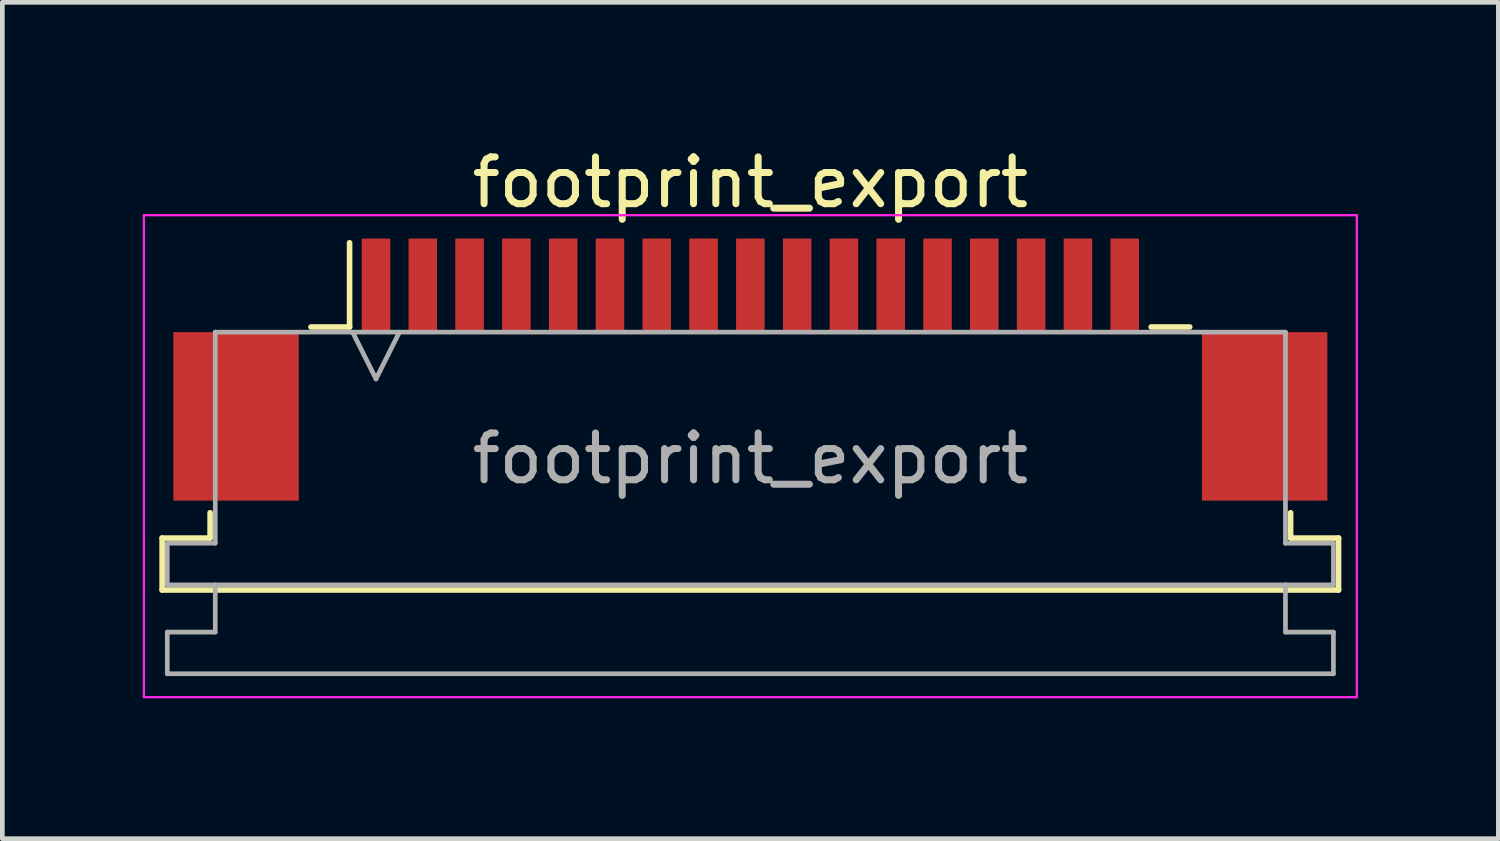
<source format=kicad_pcb>
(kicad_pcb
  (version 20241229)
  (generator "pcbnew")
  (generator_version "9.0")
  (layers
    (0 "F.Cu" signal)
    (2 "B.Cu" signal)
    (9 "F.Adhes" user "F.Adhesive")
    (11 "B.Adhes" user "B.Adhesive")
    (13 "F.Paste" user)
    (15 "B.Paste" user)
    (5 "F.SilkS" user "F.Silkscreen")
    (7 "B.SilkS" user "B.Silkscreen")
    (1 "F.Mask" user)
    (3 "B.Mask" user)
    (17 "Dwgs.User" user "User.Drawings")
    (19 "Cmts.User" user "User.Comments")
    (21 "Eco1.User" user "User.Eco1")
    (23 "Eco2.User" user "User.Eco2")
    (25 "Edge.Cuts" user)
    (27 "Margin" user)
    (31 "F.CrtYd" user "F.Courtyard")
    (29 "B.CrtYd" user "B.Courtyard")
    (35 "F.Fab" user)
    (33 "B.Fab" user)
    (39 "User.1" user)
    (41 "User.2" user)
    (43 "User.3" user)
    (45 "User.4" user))
  (footprint "footprint_export"
    (layer "F.Cu")
    (at 12.985 4.848)
    (property "Reference" "footprint_export" (at 0 -4 0) (layer "F.SilkS") (effects (font (size 1 1) (thickness 0.15))))
    (attr smd)
    (fp_line (start -12.57 3.6) (end -11.545 3.6) (stroke (width 0.12) (type solid)) (layer "F.SilkS"))
    (fp_line (start -12.57 4.71) (end -12.57 3.6) (stroke (width 0.12) (type solid)) (layer "F.SilkS"))
    (fp_line (start -11.545 3.6) (end -11.545 3.06) (stroke (width 0.12) (type solid)) (layer "F.SilkS"))
    (fp_line (start -9.39 -0.91) (end -8.565 -0.91) (stroke (width 0.12) (type solid)) (layer "F.SilkS"))
    (fp_line (start -8.565 -0.91) (end -8.565 -2.71) (stroke (width 0.12) (type solid)) (layer "F.SilkS"))
    (fp_line (start 8.565 -0.91) (end 9.39 -0.91) (stroke (width 0.12) (type solid)) (layer "F.SilkS"))
    (fp_line (start 11.545 3.06) (end 11.545 3.6) (stroke (width 0.12) (type solid)) (layer "F.SilkS"))
    (fp_line (start 11.545 3.6) (end 12.57 3.6) (stroke (width 0.12) (type solid)) (layer "F.SilkS"))
    (fp_line (start 12.57 3.6) (end 12.57 4.71) (stroke (width 0.12) (type solid)) (layer "F.SilkS"))
    (fp_line (start 12.57 4.71) (end -12.57 4.71) (stroke (width 0.12) (type solid)) (layer "F.SilkS"))
    (fp_line (start -12.96 -3.3) (end -12.96 7) (stroke (width 0.05) (type solid)) (layer "F.CrtYd"))
    (fp_line (start -12.96 7) (end 12.96 7) (stroke (width 0.05) (type solid)) (layer "F.CrtYd"))
    (fp_line (start 12.96 -3.3) (end -12.96 -3.3) (stroke (width 0.05) (type solid)) (layer "F.CrtYd"))
    (fp_line (start 12.96 7) (end 12.96 -3.3) (stroke (width 0.05) (type solid)) (layer "F.CrtYd"))
    (fp_line (start -12.46 3.71) (end -11.435 3.71) (stroke (width 0.1) (type solid)) (layer "F.Fab"))
    (fp_line (start -12.46 4.6) (end -12.46 3.71) (stroke (width 0.1) (type solid)) (layer "F.Fab"))
    (fp_line (start -12.46 5.61) (end -11.435 5.61) (stroke (width 0.1) (type solid)) (layer "F.Fab"))
    (fp_line (start -12.46 6.5) (end -12.46 5.61) (stroke (width 0.1) (type solid)) (layer "F.Fab"))
    (fp_line (start -11.435 -0.8) (end 11.435 -0.8) (stroke (width 0.1) (type solid)) (layer "F.Fab"))
    (fp_line (start -11.435 3.71) (end -11.435 -0.8) (stroke (width 0.1) (type solid)) (layer "F.Fab"))
    (fp_line (start -11.435 5.61) (end -11.435 4.6) (stroke (width 0.1) (type solid)) (layer "F.Fab"))
    (fp_line (start -8.5 -0.8) (end -8 0.2) (stroke (width 0.1) (type solid)) (layer "F.Fab"))
    (fp_line (start -8 0.2) (end -7.5 -0.8) (stroke (width 0.1) (type solid)) (layer "F.Fab"))
    (fp_line (start 11.435 -0.8) (end 11.435 3.71) (stroke (width 0.1) (type solid)) (layer "F.Fab"))
    (fp_line (start 11.435 3.71) (end 12.46 3.71) (stroke (width 0.1) (type solid)) (layer "F.Fab"))
    (fp_line (start 11.435 4.6) (end 11.435 5.61) (stroke (width 0.1) (type solid)) (layer "F.Fab"))
    (fp_line (start 11.435 5.61) (end 12.46 5.61) (stroke (width 0.1) (type solid)) (layer "F.Fab"))
    (fp_line (start 12.46 3.71) (end 12.46 4.6) (stroke (width 0.1) (type solid)) (layer "F.Fab"))
    (fp_line (start 12.46 4.6) (end -12.46 4.6) (stroke (width 0.1) (type solid)) (layer "F.Fab"))
    (fp_line (start 12.46 5.61) (end 12.46 6.5) (stroke (width 0.1) (type solid)) (layer "F.Fab"))
    (fp_line (start 12.46 6.5) (end -12.46 6.5) (stroke (width 0.1) (type solid)) (layer "F.Fab"))
    (fp_text user "${REFERENCE}" (at 0 1.9 0) (layer "F.Fab") (effects (font (size 1 1) (thickness 0.15))))
    (pad "1" smd rect (at -8 -1.8) (size 0.61 2) (layers "F.Cu" "F.Mask" "F.Paste"))
    (pad "2" smd rect (at -7 -1.8) (size 0.61 2) (layers "F.Cu" "F.Mask" "F.Paste"))
    (pad "3" smd rect (at -6 -1.8) (size 0.61 2) (layers "F.Cu" "F.Mask" "F.Paste"))
    (pad "4" smd rect (at -5 -1.8) (size 0.61 2) (layers "F.Cu" "F.Mask" "F.Paste"))
    (pad "5" smd rect (at -4 -1.8) (size 0.61 2) (layers "F.Cu" "F.Mask" "F.Paste"))
    (pad "6" smd rect (at -3 -1.8) (size 0.61 2) (layers "F.Cu" "F.Mask" "F.Paste"))
    (pad "7" smd rect (at -2 -1.8) (size 0.61 2) (layers "F.Cu" "F.Mask" "F.Paste"))
    (pad "8" smd rect (at -1 -1.8) (size 0.61 2) (layers "F.Cu" "F.Mask" "F.Paste"))
    (pad "9" smd rect (at 0 -1.8) (size 0.61 2) (layers "F.Cu" "F.Mask" "F.Paste"))
    (pad "10" smd rect (at 1 -1.8) (size 0.61 2) (layers "F.Cu" "F.Mask" "F.Paste"))
    (pad "11" smd rect (at 2 -1.8) (size 0.61 2) (layers "F.Cu" "F.Mask" "F.Paste"))
    (pad "12" smd rect (at 3 -1.8) (size 0.61 2) (layers "F.Cu" "F.Mask" "F.Paste"))
    (pad "13" smd rect (at 4 -1.8) (size 0.61 2) (layers "F.Cu" "F.Mask" "F.Paste"))
    (pad "14" smd rect (at 5 -1.8) (size 0.61 2) (layers "F.Cu" "F.Mask" "F.Paste"))
    (pad "15" smd rect (at 6 -1.8) (size 0.61 2) (layers "F.Cu" "F.Mask" "F.Paste"))
    (pad "16" smd rect (at 7 -1.8) (size 0.61 2) (layers "F.Cu" "F.Mask" "F.Paste"))
    (pad "17" smd rect (at 8 -1.8) (size 0.61 2) (layers "F.Cu" "F.Mask" "F.Paste"))
    (pad "MP" smd rect (at -10.99 1) (size 2.68 3.6) (layers "F.Cu" "F.Mask" "F.Paste"))
    (pad "MP" smd rect (at 10.99 1) (size 2.68 3.6) (layers "F.Cu" "F.Mask" "F.Paste")))
  (gr_rect
    (start -3 -3)
    (end 28.97 14.873)
    (stroke (width 0.1) (type default))
    (fill no)
    (layer "Edge.Cuts")))
</source>
